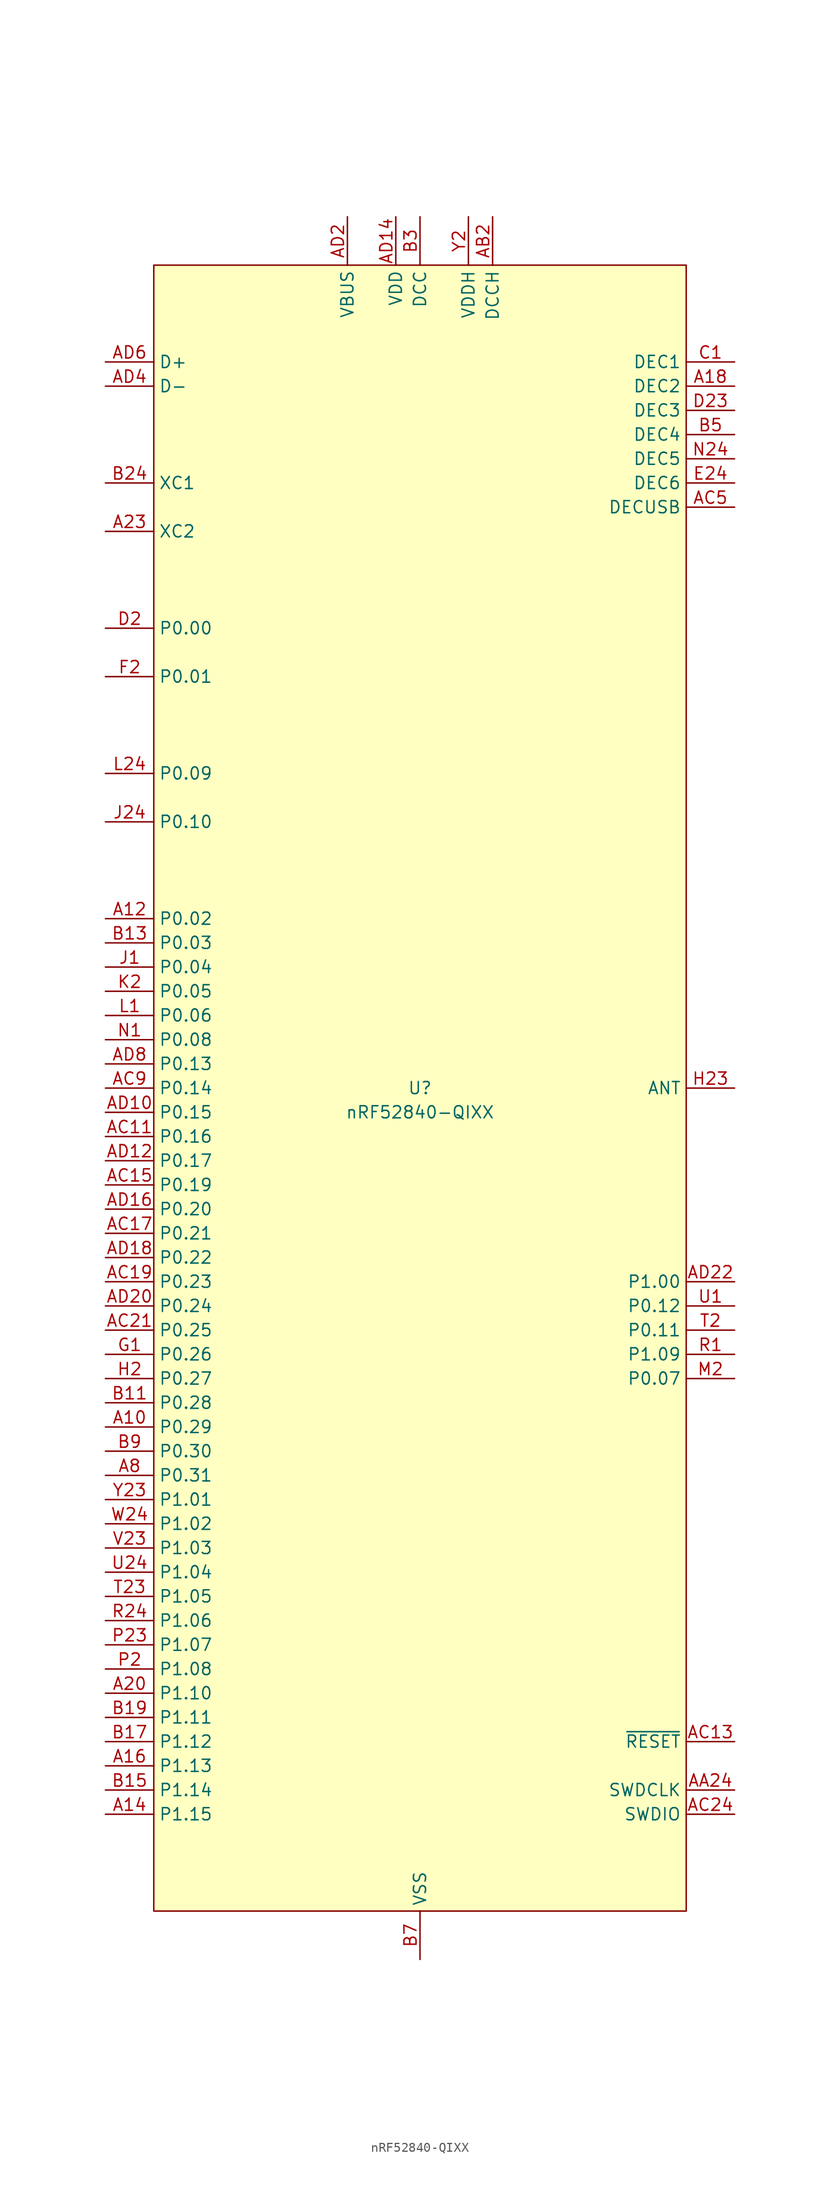
<source format=kicad_sym>
(kicad_symbol_lib
  (version 20241209)
  (generator "kicad_symbol_editor")
  (generator_version "9.0")
  (symbol "nRF52840-QIXX"
    (property "Reference" "U"
      (at 0 0 0)
      (do_not_autoplace)
      (effects (font (size 1.27 1.27))))
    (property "Value" "nRF52840-QIXX"
      (at 0 -2.54 0)
      (do_not_autoplace)
      (effects (font (size 1.27 1.27))))
    (symbol "nRF52840-QIXX_0_0"
      (pin bidirectional line (at -33.02 76.2 0) (length 5.08) (name "D+" (effects (font (size 1.27 1.27)))) (number "AD6" (effects (font (size 1.27 1.27)))))
      (pin bidirectional line (at -33.02 73.66 0) (length 5.08) (name "D-" (effects (font (size 1.27 1.27)))) (number "AD4" (effects (font (size 1.27 1.27)))))
      (pin input line (at -33.02 63.5 0) (length 5.08) (name "XC1" (effects (font (size 1.27 1.27)))) (number "B24" (effects (font (size 1.27 1.27)))))
      (pin input line (at -33.02 58.42 0) (length 5.08) (name "XC2" (effects (font (size 1.27 1.27)))) (number "A23" (effects (font (size 1.27 1.27)))))
      (pin bidirectional line (at -33.02 7.62 0) (length 5.08) (name "P0.06" (effects (font (size 1.27 1.27)))) (number "L1" (effects (font (size 1.27 1.27)))))
      (pin bidirectional line (at -33.02 5.08 0) (length 5.08) (name "P0.08" (effects (font (size 1.27 1.27)))) (number "N1" (effects (font (size 1.27 1.27)))))
      (pin bidirectional line (at -33.02 2.54 0) (length 5.08) (name "P0.13" (effects (font (size 1.27 1.27)))) (number "AD8" (effects (font (size 1.27 1.27)))))
      (pin bidirectional line (at -33.02 0 0) (length 5.08) (name "P0.14" (effects (font (size 1.27 1.27)))) (number "AC9" (effects (font (size 1.27 1.27)))))
      (pin bidirectional line (at -33.02 -2.54 0) (length 5.08) (name "P0.15" (effects (font (size 1.27 1.27)))) (number "AD10" (effects (font (size 1.27 1.27)))))
      (pin bidirectional line (at -33.02 -5.08 0) (length 5.08) (name "P0.16" (effects (font (size 1.27 1.27)))) (number "AC11" (effects (font (size 1.27 1.27)))))
      (pin bidirectional line (at -33.02 -7.62 0) (length 5.08) (name "P0.17" (effects (font (size 1.27 1.27)))) (number "AD12" (effects (font (size 1.27 1.27)))))
      (pin bidirectional line (at -33.02 -10.16 0) (length 5.08) (name "P0.19" (effects (font (size 1.27 1.27)))) (number "AC15" (effects (font (size 1.27 1.27)))))
      (pin bidirectional line (at -33.02 -12.7 0) (length 5.08) (name "P0.20" (effects (font (size 1.27 1.27)))) (number "AD16" (effects (font (size 1.27 1.27)))))
      (pin bidirectional line (at -33.02 -15.24 0) (length 5.08) (name "P0.21" (effects (font (size 1.27 1.27)))) (number "AC17" (effects (font (size 1.27 1.27)))))
      (pin bidirectional line (at -33.02 -17.78 0) (length 5.08) (name "P0.22" (effects (font (size 1.27 1.27)))) (number "AD18" (effects (font (size 1.27 1.27)))))
      (pin bidirectional line (at -33.02 -20.32 0) (length 5.08) (name "P0.23" (effects (font (size 1.27 1.27)))) (number "AC19" (effects (font (size 1.27 1.27)))))
      (pin bidirectional line (at -33.02 -22.86 0) (length 5.08) (name "P0.24" (effects (font (size 1.27 1.27)))) (number "AD20" (effects (font (size 1.27 1.27)))))
      (pin bidirectional line (at -33.02 -25.4 0) (length 5.08) (name "P0.25" (effects (font (size 1.27 1.27)))) (number "AC21" (effects (font (size 1.27 1.27)))))
      (pin bidirectional line (at -33.02 -27.94 0) (length 5.08) (name "P0.26" (effects (font (size 1.27 1.27)))) (number "G1" (effects (font (size 1.27 1.27)))))
      (pin bidirectional line (at -33.02 -30.48 0) (length 5.08) (name "P0.27" (effects (font (size 1.27 1.27)))) (number "H2" (effects (font (size 1.27 1.27)))))
      (pin bidirectional line (at -33.02 -43.18 0) (length 5.08) (name "P1.01" (effects (font (size 1.27 1.27)))) (number "Y23" (effects (font (size 1.27 1.27)))))
      (pin bidirectional line (at -33.02 -45.72 0) (length 5.08) (name "P1.02" (effects (font (size 1.27 1.27)))) (number "W24" (effects (font (size 1.27 1.27)))))
      (pin bidirectional line (at -33.02 -48.26 0) (length 5.08) (name "P1.03" (effects (font (size 1.27 1.27)))) (number "V23" (effects (font (size 1.27 1.27)))))
      (pin bidirectional line (at -33.02 -50.8 0) (length 5.08) (name "P1.04" (effects (font (size 1.27 1.27)))) (number "U24" (effects (font (size 1.27 1.27)))))
      (pin bidirectional line (at -33.02 -53.34 0) (length 5.08) (name "P1.05" (effects (font (size 1.27 1.27)))) (number "T23" (effects (font (size 1.27 1.27)))))
      (pin bidirectional line (at -33.02 -55.88 0) (length 5.08) (name "P1.06" (effects (font (size 1.27 1.27)))) (number "R24" (effects (font (size 1.27 1.27)))))
      (pin bidirectional line (at -33.02 -58.42 0) (length 5.08) (name "P1.07" (effects (font (size 1.27 1.27)))) (number "P23" (effects (font (size 1.27 1.27)))))
      (pin bidirectional line (at -33.02 -60.96 0) (length 5.08) (name "P1.08" (effects (font (size 1.27 1.27)))) (number "P2" (effects (font (size 1.27 1.27)))))
      (pin bidirectional line (at -33.02 -63.5 0) (length 5.08) (name "P1.10" (effects (font (size 1.27 1.27)))) (number "A20" (effects (font (size 1.27 1.27)))))
      (pin bidirectional line (at -33.02 -66.04 0) (length 5.08) (name "P1.11" (effects (font (size 1.27 1.27)))) (number "B19" (effects (font (size 1.27 1.27)))))
      (pin bidirectional line (at -33.02 -68.58 0) (length 5.08) (name "P1.12" (effects (font (size 1.27 1.27)))) (number "B17" (effects (font (size 1.27 1.27)))))
      (pin bidirectional line (at -33.02 -71.12 0) (length 5.08) (name "P1.13" (effects (font (size 1.27 1.27)))) (number "A16" (effects (font (size 1.27 1.27)))))
      (pin bidirectional line (at -33.02 -73.66 0) (length 5.08) (name "P1.14" (effects (font (size 1.27 1.27)))) (number "B15" (effects (font (size 1.27 1.27)))))
      (pin bidirectional line (at -33.02 -76.2 0) (length 5.08) (name "P1.15" (effects (font (size 1.27 1.27)))) (number "A14" (effects (font (size 1.27 1.27)))))
      (pin power_in line (at -7.62 91.44 270) (length 5.08) (name "VBUS" (effects (font (size 1.27 1.27)))) (number "AD2" (effects (font (size 1.27 1.27)))))
      (pin passive line (at -2.54 91.44 270) (length 5.08) (name "VDD" (effects (font (size 1.27 1.27)))) (number "AD14" (effects (font (size 1.27 1.27)))))
      (pin power_in line (at 5.08 91.44 270) (length 5.08) (name "VDDH" (effects (font (size 1.27 1.27)))) (number "Y2" (effects (font (size 1.27 1.27)))))
      (pin power_out line (at 7.62 91.44 270) (length 5.08) (name "DCCH" (effects (font (size 1.27 1.27)))) (number "AB2" (effects (font (size 1.27 1.27)))))
      (pin passive line (at 33.02 60.96 180) (length 5.08) (name "DECUSB" (effects (font (size 1.27 1.27)))) (number "AC5" (effects (font (size 1.27 1.27))))))
    (symbol "nRF52840-QIXX_1_0"
      (pin bidirectional line (at -33.02 48.26 0) (length 5.08) (name "P0.00" (effects (font (size 1.27 1.27)))) (number "D2" (effects (font (size 1.27 1.27)))) (alternate "XL1" input line))
      (pin bidirectional line (at -33.02 43.18 0) (length 5.08) (name "P0.01" (effects (font (size 1.27 1.27)))) (number "F2" (effects (font (size 1.27 1.27)))) (alternate "XL2" input line))
      (pin bidirectional line (at -33.02 33.02 0) (length 5.08) (name "P0.09" (effects (font (size 1.27 1.27)))) (number "L24" (effects (font (size 1.27 1.27)))) (alternate "NFC1" input line))
      (pin bidirectional line (at -33.02 27.94 0) (length 5.08) (name "P0.10" (effects (font (size 1.27 1.27)))) (number "J24" (effects (font (size 1.27 1.27)))) (alternate "NFC2" input line))
      (pin bidirectional line (at -33.02 17.78 0) (length 5.08) (name "P0.02" (effects (font (size 1.27 1.27)))) (number "A12" (effects (font (size 1.27 1.27)))) (alternate "AIN0" input line))
      (pin bidirectional line (at -33.02 15.24 0) (length 5.08) (name "P0.03" (effects (font (size 1.27 1.27)))) (number "B13" (effects (font (size 1.27 1.27)))) (alternate "AIN1" input line))
      (pin bidirectional line (at -33.02 12.7 0) (length 5.08) (name "P0.04" (effects (font (size 1.27 1.27)))) (number "J1" (effects (font (size 1.27 1.27)))) (alternate "AIN2" input line))
      (pin bidirectional line (at -33.02 10.16 0) (length 5.08) (name "P0.05" (effects (font (size 1.27 1.27)))) (number "K2" (effects (font (size 1.27 1.27)))) (alternate "AIN3" input line))
      (pin bidirectional line (at -33.02 -33.02 0) (length 5.08) (name "P0.28" (effects (font (size 1.27 1.27)))) (number "B11" (effects (font (size 1.27 1.27)))) (alternate "AIN4" input line))
      (pin bidirectional line (at -33.02 -35.56 0) (length 5.08) (name "P0.29" (effects (font (size 1.27 1.27)))) (number "A10" (effects (font (size 1.27 1.27)))) (alternate "AIN5" input line))
      (pin bidirectional line (at -33.02 -38.1 0) (length 5.08) (name "P0.30" (effects (font (size 1.27 1.27)))) (number "B9" (effects (font (size 1.27 1.27)))) (alternate "AIN6" input line))
      (pin bidirectional line (at -33.02 -40.64 0) (length 5.08) (name "P0.31" (effects (font (size 1.27 1.27)))) (number "A8" (effects (font (size 1.27 1.27)))) (alternate "AIN7" input line))
      (pin passive line (at -2.54 91.44 270) (length 5.08) (hide yes) (name "VDD" (effects (font (size 1.27 1.27)))) (number "A22" (effects (font (size 1.27 1.27)))))
      (pin passive line (at -2.54 91.44 270) (length 5.08) (hide yes) (name "VDD" (effects (font (size 1.27 1.27)))) (number "AD23" (effects (font (size 1.27 1.27)))))
      (pin passive line (at -2.54 91.44 270) (length 5.08) (hide yes) (name "VDD" (effects (font (size 1.27 1.27)))) (number "B1" (effects (font (size 1.27 1.27)))))
      (pin passive line (at -2.54 91.44 270) (length 5.08) (hide yes) (name "VDD" (effects (font (size 1.27 1.27)))) (number "W1" (effects (font (size 1.27 1.27)))))
      (pin power_out line (at 0 91.44 270) (length 5.08) (name "DCC" (effects (font (size 1.27 1.27)))) (number "B3" (effects (font (size 1.27 1.27)))))
      (pin power_in line (at 0 -91.44 90) (length 5.08) (name "VSS" (effects (font (size 1.27 1.27)))) (number "B7" (effects (font (size 1.27 1.27)))))
      (pin passive line (at 0 -91.44 90) (length 5.08) (hide yes) (name "VSS" (effects (font (size 1.27 1.27)))) (number "EP" (effects (font (size 1.27 1.27)))))
      (pin passive line (at 0 -91.44 90) (length 5.08) (hide yes) (name "VSS_PA" (effects (font (size 1.27 1.27)))) (number "F23" (effects (font (size 1.27 1.27)))))
      (pin passive line (at 33.02 76.2 180) (length 5.08) (name "DEC1" (effects (font (size 1.27 1.27)))) (number "C1" (effects (font (size 1.27 1.27)))))
      (pin passive line (at 33.02 73.66 180) (length 5.08) (name "DEC2" (effects (font (size 1.27 1.27)))) (number "A18" (effects (font (size 1.27 1.27)))))
      (pin passive line (at 33.02 71.12 180) (length 5.08) (name "DEC3" (effects (font (size 1.27 1.27)))) (number "D23" (effects (font (size 1.27 1.27)))))
      (pin passive line (at 33.02 68.58 180) (length 5.08) (name "DEC4" (effects (font (size 1.27 1.27)))) (number "B5" (effects (font (size 1.27 1.27)))))
      (pin passive line (at 33.02 66.04 180) (length 5.08) (name "DEC5" (effects (font (size 1.27 1.27)))) (number "N24" (effects (font (size 1.27 1.27)))) (alternate "NC" no_connect line))
      (pin passive line (at 33.02 63.5 180) (length 5.08) (name "DEC6" (effects (font (size 1.27 1.27)))) (number "E24" (effects (font (size 1.27 1.27)))))
      (pin bidirectional line (at 33.02 0 180) (length 5.08) (name "ANT" (effects (font (size 1.27 1.27)))) (number "H23" (effects (font (size 1.27 1.27)))))
      (pin bidirectional line (at 33.02 -20.32 180) (length 5.08) (name "P1.00" (effects (font (size 1.27 1.27)))) (number "AD22" (effects (font (size 1.27 1.27)))) (alternate "TRACEDATA[0]" output line))
      (pin bidirectional line (at 33.02 -22.86 180) (length 5.08) (name "P0.12" (effects (font (size 1.27 1.27)))) (number "U1" (effects (font (size 1.27 1.27)))) (alternate "TRACEDATA[1]" output line))
      (pin bidirectional line (at 33.02 -25.4 180) (length 5.08) (name "P0.11" (effects (font (size 1.27 1.27)))) (number "T2" (effects (font (size 1.27 1.27)))) (alternate "TRACEDATA[2]" output line))
      (pin bidirectional line (at 33.02 -27.94 180) (length 5.08) (name "P1.09" (effects (font (size 1.27 1.27)))) (number "R1" (effects (font (size 1.27 1.27)))) (alternate "TRACEDATA[3]" output line))
      (pin bidirectional line (at 33.02 -30.48 180) (length 5.08) (name "P0.07" (effects (font (size 1.27 1.27)))) (number "M2" (effects (font (size 1.27 1.27)))) (alternate "TRACECLK" input line))
      (pin input line (at 33.02 -68.58 180) (length 5.08) (name "~{RESET}" (effects (font (size 1.27 1.27)))) (number "AC13" (effects (font (size 1.27 1.27)))) (alternate "P0.18" bidirectional line))
      (pin input line (at 33.02 -73.66 180) (length 5.08) (name "SWDCLK" (effects (font (size 1.27 1.27)))) (number "AA24" (effects (font (size 1.27 1.27)))))
      (pin bidirectional line (at 33.02 -76.2 180) (length 5.08) (name "SWDIO" (effects (font (size 1.27 1.27)))) (number "AC24" (effects (font (size 1.27 1.27))))))
    (symbol "nRF52840-QIXX_1_1"
      (rectangle (start -27.94 86.36) (end 27.94 -86.36) (stroke (width 0) (type default)) (fill (type background))))))
</source>
